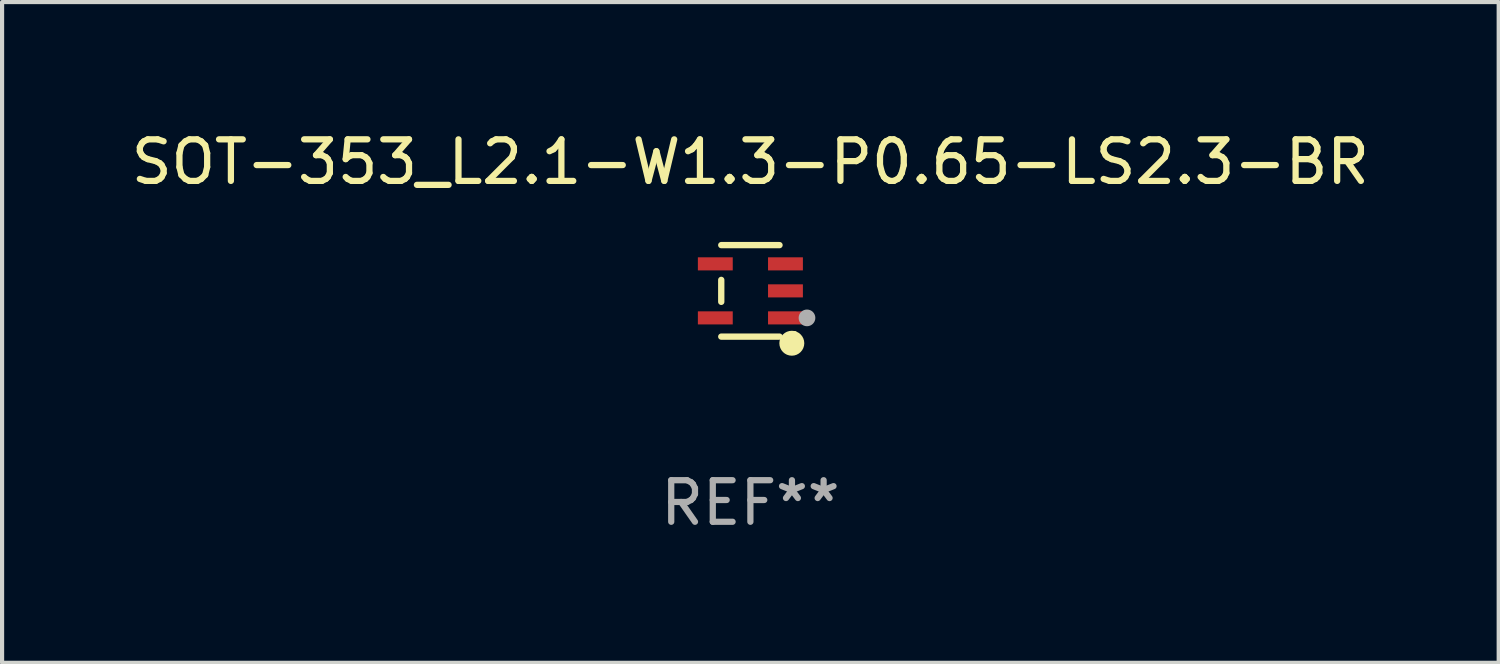
<source format=kicad_pcb>
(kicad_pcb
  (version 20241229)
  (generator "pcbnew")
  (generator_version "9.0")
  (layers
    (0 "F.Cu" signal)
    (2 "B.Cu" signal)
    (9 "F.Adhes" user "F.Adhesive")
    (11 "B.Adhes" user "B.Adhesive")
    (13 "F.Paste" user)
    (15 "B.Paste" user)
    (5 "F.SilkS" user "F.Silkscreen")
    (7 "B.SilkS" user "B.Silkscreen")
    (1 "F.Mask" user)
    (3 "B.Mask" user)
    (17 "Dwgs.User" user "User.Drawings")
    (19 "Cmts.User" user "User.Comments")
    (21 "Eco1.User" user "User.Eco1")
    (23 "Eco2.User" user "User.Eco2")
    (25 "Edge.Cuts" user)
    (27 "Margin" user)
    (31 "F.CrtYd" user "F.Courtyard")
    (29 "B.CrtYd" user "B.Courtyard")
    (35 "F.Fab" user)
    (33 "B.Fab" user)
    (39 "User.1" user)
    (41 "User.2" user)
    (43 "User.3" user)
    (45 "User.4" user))
  (footprint "SOT-353_L2.1-W1.3-P0.65-LS2.3-BR"
    (layer "F.Cu")
    (at 15.006 3.949)
    (property "Reference" "SOT-353_L2.1-W1.3-P0.65-LS2.3-BR" (at 0 -3.101 0) (layer "F.SilkS") (effects (font (size 1 1) (thickness 0.15))))
    (attr smd)
    (fp_line (start -0.701 -0.264) (end -0.701 0.264) (stroke (width 0.152) (type solid)) (layer "F.SilkS"))
    (fp_line (start 0.701 -1.101) (end -0.701 -1.101) (stroke (width 0.152) (type solid)) (layer "F.SilkS"))
    (fp_line (start 0.701 1.101) (end -0.701 1.101) (stroke (width 0.152) (type solid)) (layer "F.SilkS"))
    (fp_circle (center 0.997 1.26) (end 1.147 1.26) (stroke (width 0.3) (type solid)) (fill no) (layer "F.SilkS"))
    (fp_circle (center 1.063 1.025) (end 1.093 1.025) (stroke (width 0.06) (type solid)) (fill no) (layer "F.SilkS"))
    (fp_circle (center 1.362 0.65) (end 1.463 0.65) (stroke (width 0.2) (type solid)) (fill no) (layer "F.Fab"))
    (fp_text user "REF**" (at 0 5.101 0) (layer "F.Fab") (effects (font (size 1 1) (thickness 0.15))))
    (pad "1" smd rect (at 0.844 0.65) (size 0.839 0.315) (layers "F.Cu" "F.Mask" "F.Paste"))
    (pad "2" smd rect (at 0.844 0) (size 0.839 0.315) (layers "F.Cu" "F.Mask" "F.Paste"))
    (pad "3" smd rect (at 0.844 -0.65) (size 0.839 0.315) (layers "F.Cu" "F.Mask" "F.Paste"))
    (pad "4" smd rect (at -0.844 -0.65) (size 0.839 0.315) (layers "F.Cu" "F.Mask" "F.Paste"))
    (pad "5" smd rect (at -0.844 0.65) (size 0.839 0.315) (layers "F.Cu" "F.Mask" "F.Paste")))
  (gr_rect
    (start -3 -3)
    (end 33.012 12.899)
    (stroke (width 0.1) (type default))
    (fill no)
    (layer "Edge.Cuts")))
</source>
